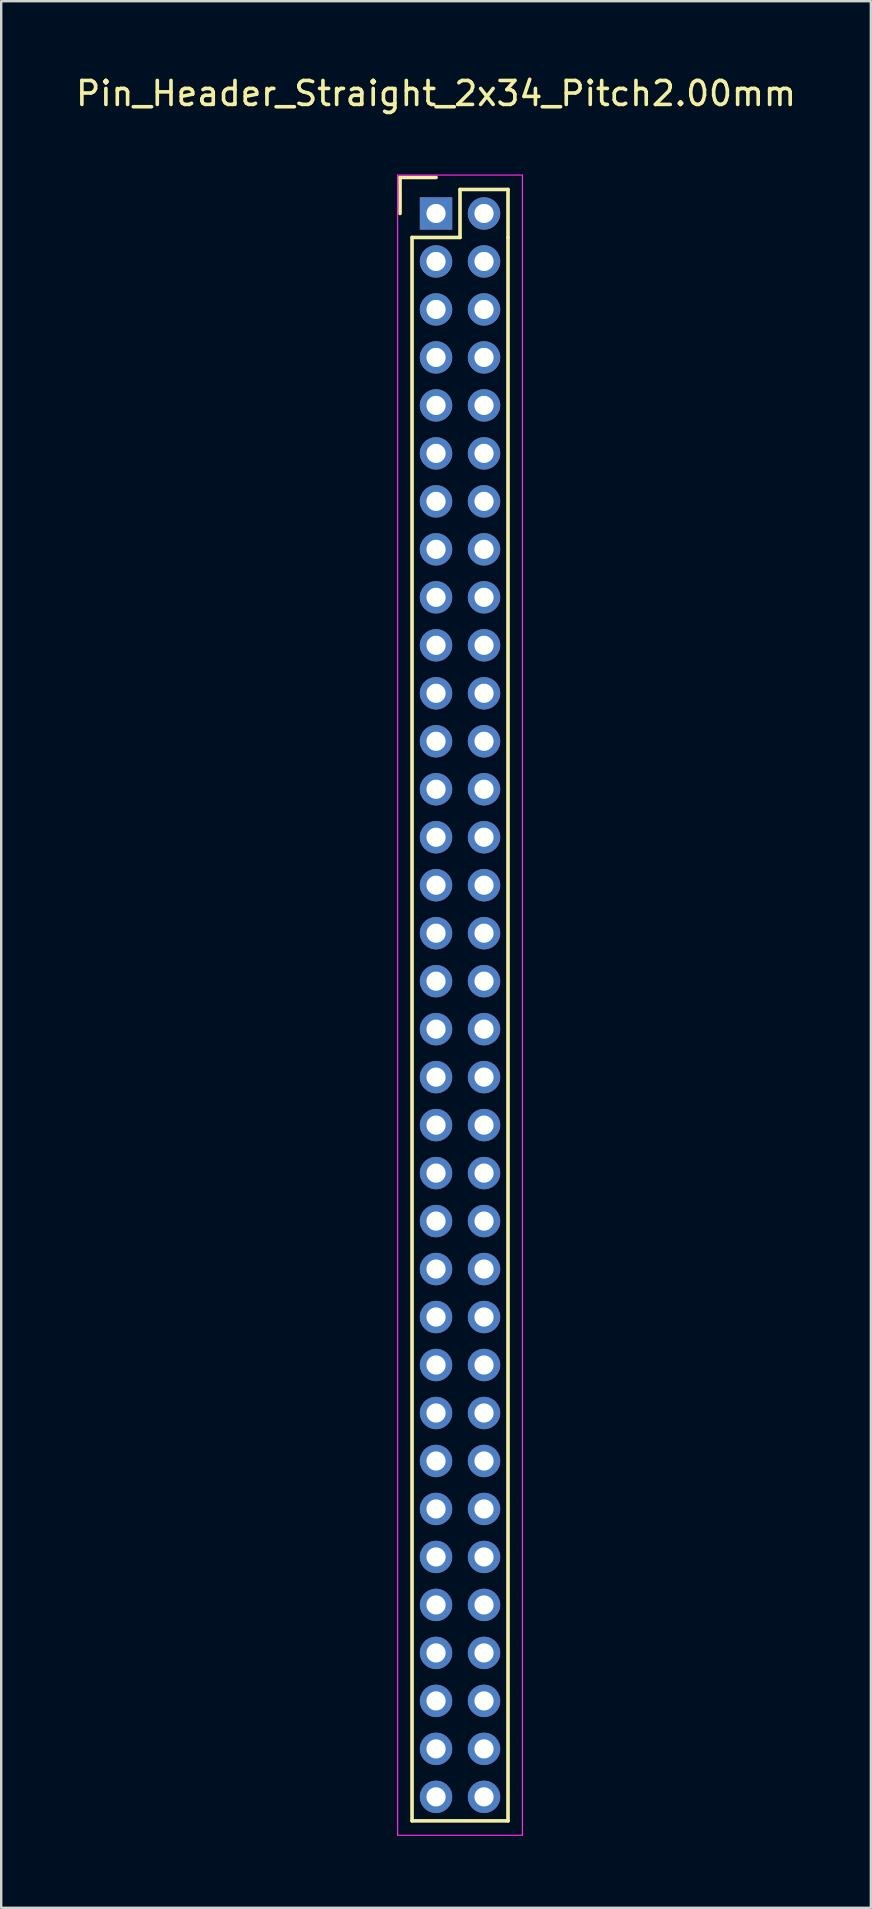
<source format=kicad_pcb>
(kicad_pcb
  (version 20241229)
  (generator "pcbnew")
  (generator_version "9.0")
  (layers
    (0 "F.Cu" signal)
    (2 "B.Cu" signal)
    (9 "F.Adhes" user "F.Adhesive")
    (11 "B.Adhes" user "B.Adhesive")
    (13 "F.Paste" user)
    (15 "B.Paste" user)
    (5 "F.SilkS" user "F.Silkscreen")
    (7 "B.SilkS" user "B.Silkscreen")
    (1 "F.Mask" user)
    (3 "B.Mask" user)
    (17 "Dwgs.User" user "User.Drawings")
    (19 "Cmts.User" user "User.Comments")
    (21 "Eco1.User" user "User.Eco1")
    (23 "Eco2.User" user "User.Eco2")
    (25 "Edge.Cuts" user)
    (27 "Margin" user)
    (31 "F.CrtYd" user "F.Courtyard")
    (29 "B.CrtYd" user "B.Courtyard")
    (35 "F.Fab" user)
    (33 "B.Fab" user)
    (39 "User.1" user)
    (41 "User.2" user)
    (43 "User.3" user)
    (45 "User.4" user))
  (footprint "Pin_Header_Straight_2x34_Pitch2.00mm"
    (layer "F.Cu")
    (at 15.125 5.848)
    (property "Reference" "Pin_Header_Straight_2x34_Pitch2.00mm" (at 0 -5 0) (layer "F.SilkS") (effects (font (size 1 1) (thickness 0.15))))
    (attr through_hole)
    (fp_line (start -1.5 -1.5) (end 0 -1.5) (stroke (width 0.15) (type solid)) (layer "F.SilkS"))
    (fp_line (start -1.5 0) (end -1.5 -1.5) (stroke (width 0.15) (type solid)) (layer "F.SilkS"))
    (fp_line (start -1 1) (end 1 1) (stroke (width 0.15) (type solid)) (layer "F.SilkS"))
    (fp_line (start -1 67) (end -1 1) (stroke (width 0.15) (type solid)) (layer "F.SilkS"))
    (fp_line (start 1 -1) (end 3 -1) (stroke (width 0.15) (type solid)) (layer "F.SilkS"))
    (fp_line (start 1 1) (end 1 -1) (stroke (width 0.15) (type solid)) (layer "F.SilkS"))
    (fp_line (start 3 -1) (end 3 1) (stroke (width 0.15) (type solid)) (layer "F.SilkS"))
    (fp_line (start 3 1) (end 3 67) (stroke (width 0.15) (type solid)) (layer "F.SilkS"))
    (fp_line (start 3 67) (end -1 67) (stroke (width 0.15) (type solid)) (layer "F.SilkS"))
    (fp_line (start -1.6 -1.6) (end 3.6 -1.6) (stroke (width 0.05) (type solid)) (layer "F.CrtYd"))
    (fp_line (start -1.6 67.6) (end -1.6 -1.6) (stroke (width 0.05) (type solid)) (layer "F.CrtYd"))
    (fp_line (start 3.6 -1.6) (end 3.6 67.6) (stroke (width 0.05) (type solid)) (layer "F.CrtYd"))
    (fp_line (start 3.6 67.6) (end -1.6 67.6) (stroke (width 0.05) (type solid)) (layer "F.CrtYd"))
    (pad "1" thru_hole rect (at 0 0) (size 1.35 1.35) (drill 0.8) (layers "*.Cu" "*.Mask"))
    (pad "2" thru_hole circle (at 2 0) (size 1.35 1.35) (drill 0.8) (layers "*.Cu" "*.Mask"))
    (pad "3" thru_hole circle (at 0 2) (size 1.35 1.35) (drill 0.8) (layers "*.Cu" "*.Mask"))
    (pad "4" thru_hole circle (at 2 2) (size 1.35 1.35) (drill 0.8) (layers "*.Cu" "*.Mask"))
    (pad "5" thru_hole circle (at 0 4) (size 1.35 1.35) (drill 0.8) (layers "*.Cu" "*.Mask"))
    (pad "6" thru_hole circle (at 2 4) (size 1.35 1.35) (drill 0.8) (layers "*.Cu" "*.Mask"))
    (pad "7" thru_hole circle (at 0 6) (size 1.35 1.35) (drill 0.8) (layers "*.Cu" "*.Mask"))
    (pad "8" thru_hole circle (at 2 6) (size 1.35 1.35) (drill 0.8) (layers "*.Cu" "*.Mask"))
    (pad "9" thru_hole circle (at 0 8) (size 1.35 1.35) (drill 0.8) (layers "*.Cu" "*.Mask"))
    (pad "10" thru_hole circle (at 2 8) (size 1.35 1.35) (drill 0.8) (layers "*.Cu" "*.Mask"))
    (pad "11" thru_hole circle (at 0 10) (size 1.35 1.35) (drill 0.8) (layers "*.Cu" "*.Mask"))
    (pad "12" thru_hole circle (at 2 10) (size 1.35 1.35) (drill 0.8) (layers "*.Cu" "*.Mask"))
    (pad "13" thru_hole circle (at 0 12) (size 1.35 1.35) (drill 0.8) (layers "*.Cu" "*.Mask"))
    (pad "14" thru_hole circle (at 2 12) (size 1.35 1.35) (drill 0.8) (layers "*.Cu" "*.Mask"))
    (pad "15" thru_hole circle (at 0 14) (size 1.35 1.35) (drill 0.8) (layers "*.Cu" "*.Mask"))
    (pad "16" thru_hole circle (at 2 14) (size 1.35 1.35) (drill 0.8) (layers "*.Cu" "*.Mask"))
    (pad "17" thru_hole circle (at 0 16) (size 1.35 1.35) (drill 0.8) (layers "*.Cu" "*.Mask"))
    (pad "18" thru_hole circle (at 2 16) (size 1.35 1.35) (drill 0.8) (layers "*.Cu" "*.Mask"))
    (pad "19" thru_hole circle (at 0 18) (size 1.35 1.35) (drill 0.8) (layers "*.Cu" "*.Mask"))
    (pad "20" thru_hole circle (at 2 18) (size 1.35 1.35) (drill 0.8) (layers "*.Cu" "*.Mask"))
    (pad "21" thru_hole circle (at 0 20) (size 1.35 1.35) (drill 0.8) (layers "*.Cu" "*.Mask"))
    (pad "22" thru_hole circle (at 2 20) (size 1.35 1.35) (drill 0.8) (layers "*.Cu" "*.Mask"))
    (pad "23" thru_hole circle (at 0 22) (size 1.35 1.35) (drill 0.8) (layers "*.Cu" "*.Mask"))
    (pad "24" thru_hole circle (at 2 22) (size 1.35 1.35) (drill 0.8) (layers "*.Cu" "*.Mask"))
    (pad "25" thru_hole circle (at 0 24) (size 1.35 1.35) (drill 0.8) (layers "*.Cu" "*.Mask"))
    (pad "26" thru_hole circle (at 2 24) (size 1.35 1.35) (drill 0.8) (layers "*.Cu" "*.Mask"))
    (pad "27" thru_hole circle (at 0 26) (size 1.35 1.35) (drill 0.8) (layers "*.Cu" "*.Mask"))
    (pad "28" thru_hole circle (at 2 26) (size 1.35 1.35) (drill 0.8) (layers "*.Cu" "*.Mask"))
    (pad "29" thru_hole circle (at 0 28) (size 1.35 1.35) (drill 0.8) (layers "*.Cu" "*.Mask"))
    (pad "30" thru_hole circle (at 2 28) (size 1.35 1.35) (drill 0.8) (layers "*.Cu" "*.Mask"))
    (pad "31" thru_hole circle (at 0 30) (size 1.35 1.35) (drill 0.8) (layers "*.Cu" "*.Mask"))
    (pad "32" thru_hole circle (at 2 30) (size 1.35 1.35) (drill 0.8) (layers "*.Cu" "*.Mask"))
    (pad "33" thru_hole circle (at 0 32) (size 1.35 1.35) (drill 0.8) (layers "*.Cu" "*.Mask"))
    (pad "34" thru_hole circle (at 2 32) (size 1.35 1.35) (drill 0.8) (layers "*.Cu" "*.Mask"))
    (pad "35" thru_hole circle (at 0 34) (size 1.35 1.35) (drill 0.8) (layers "*.Cu" "*.Mask"))
    (pad "36" thru_hole circle (at 2 34) (size 1.35 1.35) (drill 0.8) (layers "*.Cu" "*.Mask"))
    (pad "37" thru_hole circle (at 0 36) (size 1.35 1.35) (drill 0.8) (layers "*.Cu" "*.Mask"))
    (pad "38" thru_hole circle (at 2 36) (size 1.35 1.35) (drill 0.8) (layers "*.Cu" "*.Mask"))
    (pad "39" thru_hole circle (at 0 38) (size 1.35 1.35) (drill 0.8) (layers "*.Cu" "*.Mask"))
    (pad "40" thru_hole circle (at 2 38) (size 1.35 1.35) (drill 0.8) (layers "*.Cu" "*.Mask"))
    (pad "41" thru_hole circle (at 0 40) (size 1.35 1.35) (drill 0.8) (layers "*.Cu" "*.Mask"))
    (pad "42" thru_hole circle (at 2 40) (size 1.35 1.35) (drill 0.8) (layers "*.Cu" "*.Mask"))
    (pad "43" thru_hole circle (at 0 42) (size 1.35 1.35) (drill 0.8) (layers "*.Cu" "*.Mask"))
    (pad "44" thru_hole circle (at 2 42) (size 1.35 1.35) (drill 0.8) (layers "*.Cu" "*.Mask"))
    (pad "45" thru_hole circle (at 0 44) (size 1.35 1.35) (drill 0.8) (layers "*.Cu" "*.Mask"))
    (pad "46" thru_hole circle (at 2 44) (size 1.35 1.35) (drill 0.8) (layers "*.Cu" "*.Mask"))
    (pad "47" thru_hole circle (at 0 46) (size 1.35 1.35) (drill 0.8) (layers "*.Cu" "*.Mask"))
    (pad "48" thru_hole circle (at 2 46) (size 1.35 1.35) (drill 0.8) (layers "*.Cu" "*.Mask"))
    (pad "49" thru_hole circle (at 0 48) (size 1.35 1.35) (drill 0.8) (layers "*.Cu" "*.Mask"))
    (pad "50" thru_hole circle (at 2 48) (size 1.35 1.35) (drill 0.8) (layers "*.Cu" "*.Mask"))
    (pad "51" thru_hole circle (at 0 50) (size 1.35 1.35) (drill 0.8) (layers "*.Cu" "*.Mask"))
    (pad "52" thru_hole circle (at 2 50) (size 1.35 1.35) (drill 0.8) (layers "*.Cu" "*.Mask"))
    (pad "53" thru_hole circle (at 0 52) (size 1.35 1.35) (drill 0.8) (layers "*.Cu" "*.Mask"))
    (pad "54" thru_hole circle (at 2 52) (size 1.35 1.35) (drill 0.8) (layers "*.Cu" "*.Mask"))
    (pad "55" thru_hole circle (at 0 54) (size 1.35 1.35) (drill 0.8) (layers "*.Cu" "*.Mask"))
    (pad "56" thru_hole circle (at 2 54) (size 1.35 1.35) (drill 0.8) (layers "*.Cu" "*.Mask"))
    (pad "57" thru_hole circle (at 0 56) (size 1.35 1.35) (drill 0.8) (layers "*.Cu" "*.Mask"))
    (pad "58" thru_hole circle (at 2 56) (size 1.35 1.35) (drill 0.8) (layers "*.Cu" "*.Mask"))
    (pad "59" thru_hole circle (at 0 58) (size 1.35 1.35) (drill 0.8) (layers "*.Cu" "*.Mask"))
    (pad "60" thru_hole circle (at 2 58) (size 1.35 1.35) (drill 0.8) (layers "*.Cu" "*.Mask"))
    (pad "61" thru_hole circle (at 0 60) (size 1.35 1.35) (drill 0.8) (layers "*.Cu" "*.Mask"))
    (pad "62" thru_hole circle (at 2 60) (size 1.35 1.35) (drill 0.8) (layers "*.Cu" "*.Mask"))
    (pad "63" thru_hole circle (at 0 62) (size 1.35 1.35) (drill 0.8) (layers "*.Cu" "*.Mask"))
    (pad "64" thru_hole circle (at 2 62) (size 1.35 1.35) (drill 0.8) (layers "*.Cu" "*.Mask"))
    (pad "65" thru_hole circle (at 0 64) (size 1.35 1.35) (drill 0.8) (layers "*.Cu" "*.Mask"))
    (pad "66" thru_hole circle (at 2 64) (size 1.35 1.35) (drill 0.8) (layers "*.Cu" "*.Mask"))
    (pad "67" thru_hole circle (at 0 66) (size 1.35 1.35) (drill 0.8) (layers "*.Cu" "*.Mask"))
    (pad "68" thru_hole circle (at 2 66) (size 1.35 1.35) (drill 0.8) (layers "*.Cu" "*.Mask")))
  (gr_rect
    (start -3 -3)
    (end 33.25 76.473)
    (stroke (width 0.1) (type default))
    (fill no)
    (layer "Edge.Cuts")))
</source>
